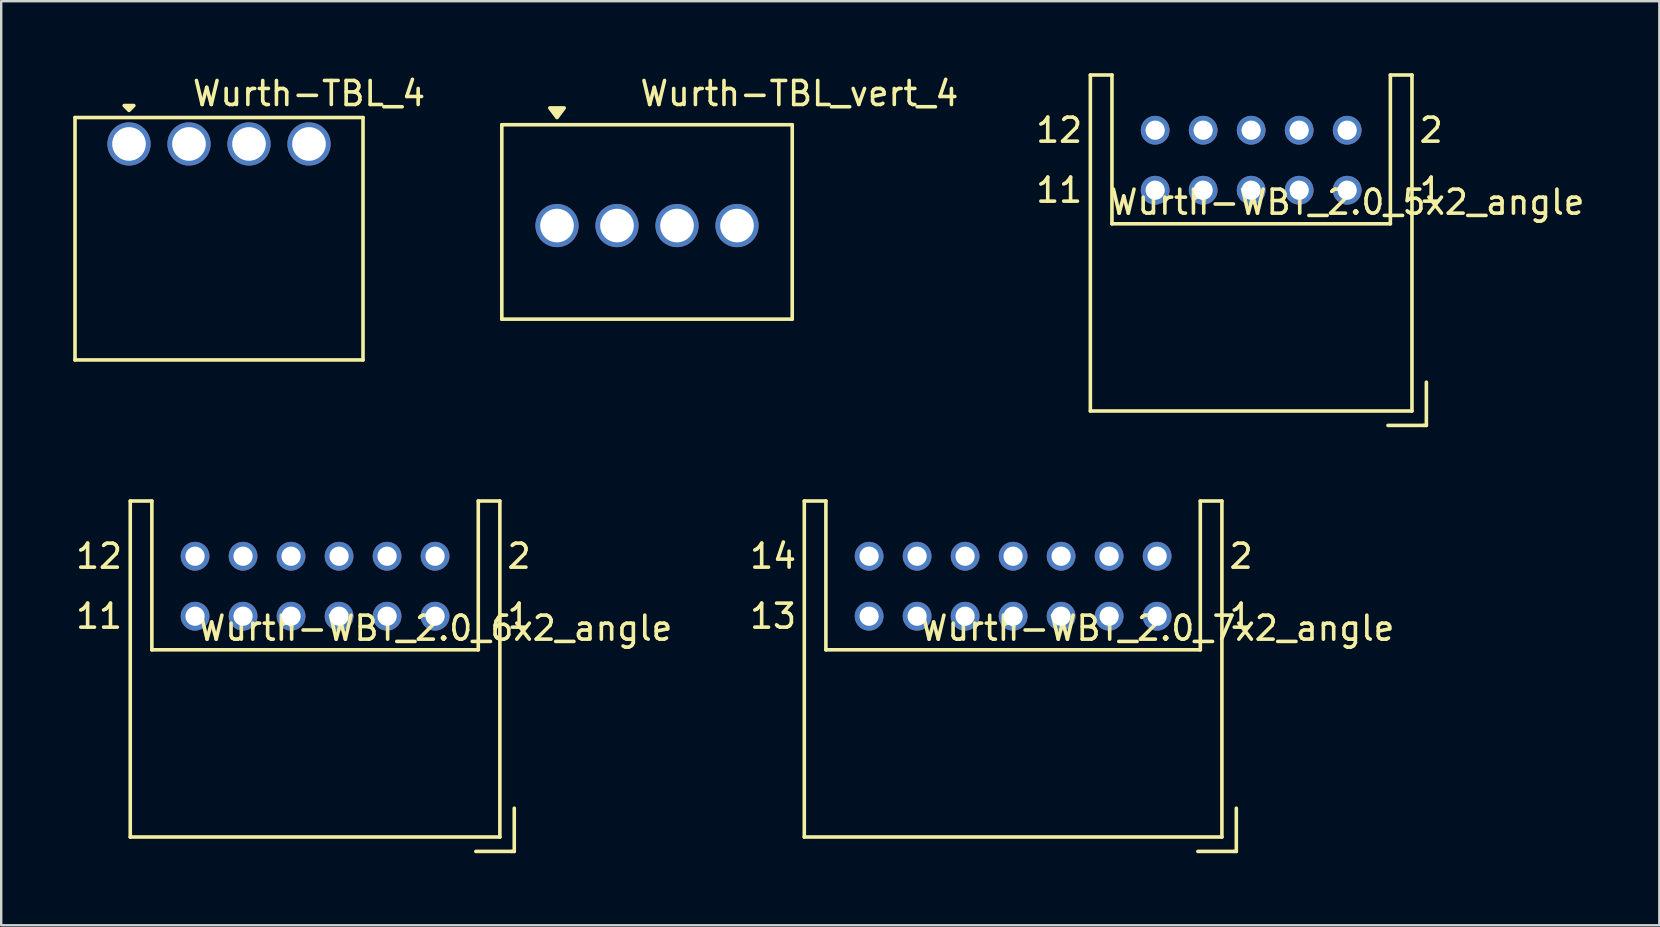
<source format=kicad_pcb>
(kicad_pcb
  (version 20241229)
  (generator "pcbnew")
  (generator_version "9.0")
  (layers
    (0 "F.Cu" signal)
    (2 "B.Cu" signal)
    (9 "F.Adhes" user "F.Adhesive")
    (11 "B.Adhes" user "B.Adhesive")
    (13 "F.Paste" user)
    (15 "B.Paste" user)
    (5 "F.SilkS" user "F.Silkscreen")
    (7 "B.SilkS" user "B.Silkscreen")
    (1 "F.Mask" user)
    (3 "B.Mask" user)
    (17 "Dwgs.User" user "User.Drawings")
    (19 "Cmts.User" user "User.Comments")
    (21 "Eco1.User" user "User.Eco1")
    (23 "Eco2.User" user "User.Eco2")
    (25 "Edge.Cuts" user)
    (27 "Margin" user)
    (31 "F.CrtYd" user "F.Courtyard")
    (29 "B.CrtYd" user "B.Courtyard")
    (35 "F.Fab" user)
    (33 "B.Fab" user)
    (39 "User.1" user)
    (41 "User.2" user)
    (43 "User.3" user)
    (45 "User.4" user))
  (footprint "Wurth-TBL_4"
    (layer "F.Cu")
    (at 2.325 2.948)
    (property "Reference" "Wurth-TBL_4" (at 7.5 -2.1 0) (layer "F.SilkS") (effects (font (size 1 1) (thickness 0.15))))
    (attr through_hole)
    (fp_line (start -2.25 -1.1) (end 9.75 -1.1) (stroke (width 0.15) (type solid)) (layer "F.SilkS"))
    (fp_line (start -2.25 9) (end -2.25 -1.1) (stroke (width 0.15) (type solid)) (layer "F.SilkS"))
    (fp_line (start 9.75 -1.1) (end 9.75 9) (stroke (width 0.15) (type solid)) (layer "F.SilkS"))
    (fp_line (start 9.75 9) (end -2.25 9) (stroke (width 0.15) (type solid)) (layer "F.SilkS"))
    (fp_poly (pts (xy 0 -1.4) (xy -0.2 -1.6) (xy 0.2 -1.6)) (stroke (width 0.15) (type solid)) (fill yes) (layer "F.SilkS"))
    (pad "1" thru_hole circle (at 0 0) (size 1.8 1.8) (drill 1.4) (layers "*.Cu" "*.Mask"))
    (pad "2" thru_hole circle (at 2.5 0) (size 1.8 1.8) (drill 1.4) (layers "*.Cu" "*.Mask"))
    (pad "3" thru_hole circle (at 5 0) (size 1.8 1.8) (drill 1.4) (layers "*.Cu" "*.Mask"))
    (pad "4" thru_hole circle (at 7.5 0) (size 1.8 1.8) (drill 1.4) (layers "*.Cu" "*.Mask")))
  (footprint "Wurth-WBT_2.0_5x2_angle"
    (layer "F.Cu")
    (at 53.08 4.875)
    (property "Reference" "Wurth-WBT_2.0_5x2_angle" (at 0 0.5 0) (layer "F.SilkS") (effects (font (size 1 1) (thickness 0.15))))
    (attr through_hole)
    (fp_line (start -10.7 -4.8) (end -9.8 -4.8) (stroke (width 0.15) (type solid)) (layer "F.SilkS"))
    (fp_line (start -10.7 9.2) (end -10.7 -4.8) (stroke (width 0.15) (type solid)) (layer "F.SilkS"))
    (fp_line (start -9.8 -4.8) (end -9.8 1.4) (stroke (width 0.15) (type solid)) (layer "F.SilkS"))
    (fp_line (start -9.8 1.4) (end 1.8 1.4) (stroke (width 0.15) (type solid)) (layer "F.SilkS"))
    (fp_line (start 1.7 9.8) (end 3.2 9.8) (stroke (width 0.15) (type solid)) (layer "F.SilkS"))
    (fp_line (start 1.8 -4.8) (end 2.7 -4.8) (stroke (width 0.15) (type solid)) (layer "F.SilkS"))
    (fp_line (start 1.8 1.4) (end 1.8 -4.8) (stroke (width 0.15) (type solid)) (layer "F.SilkS"))
    (fp_line (start 2.7 -4.8) (end 2.7 9.2) (stroke (width 0.15) (type solid)) (layer "F.SilkS"))
    (fp_line (start 2.7 9.2) (end -10.7 9.2) (stroke (width 0.15) (type solid)) (layer "F.SilkS"))
    (fp_line (start 3.2 9.8) (end 3.3 9.8) (stroke (width 0.15) (type solid)) (layer "F.SilkS"))
    (fp_line (start 3.3 9.8) (end 3.3 8) (stroke (width 0.15) (type solid)) (layer "F.SilkS"))
    (fp_text user "2" (at 3.5 -2.5 0) (layer "F.SilkS") (effects (font (size 1 1) (thickness 0.15))))
    (fp_text user "1" (at 3.5 0 0) (layer "F.SilkS") (effects (font (size 1 1) (thickness 0.15))))
    (fp_text user "12" (at -12 -2.5 0) (layer "F.SilkS") (effects (font (size 1 1) (thickness 0.15))))
    (fp_text user "11" (at -12 0 0) (layer "F.SilkS") (effects (font (size 1 1) (thickness 0.15))))
    (pad "1" thru_hole circle (at 0 0) (size 1.2 1.2) (drill 0.8) (layers "*.Cu" "*.Mask"))
    (pad "2" thru_hole circle (at 0 -2.5) (size 1.2 1.2) (drill 0.8) (layers "*.Cu" "*.Mask"))
    (pad "3" thru_hole circle (at -2 0) (size 1.2 1.2) (drill 0.8) (layers "*.Cu" "*.Mask"))
    (pad "4" thru_hole circle (at -2 -2.5) (size 1.2 1.2) (drill 0.8) (layers "*.Cu" "*.Mask"))
    (pad "5" thru_hole circle (at -4 0) (size 1.2 1.2) (drill 0.8) (layers "*.Cu" "*.Mask"))
    (pad "6" thru_hole circle (at -4 -2.5) (size 1.2 1.2) (drill 0.8) (layers "*.Cu" "*.Mask"))
    (pad "7" thru_hole circle (at -6 0) (size 1.2 1.2) (drill 0.8) (layers "*.Cu" "*.Mask"))
    (pad "8" thru_hole circle (at -6 -2.5) (size 1.2 1.2) (drill 0.8) (layers "*.Cu" "*.Mask"))
    (pad "9" thru_hole circle (at -8 0) (size 1.2 1.2) (drill 0.8) (layers "*.Cu" "*.Mask"))
    (pad "10" thru_hole circle (at -8 -2.5) (size 1.2 1.2) (drill 0.8) (layers "*.Cu" "*.Mask")))
  (footprint "Wurth-WBT_2.0_7x2_angle"
    (layer "F.Cu")
    (at 45.161 22.625)
    (property "Reference" "Wurth-WBT_2.0_7x2_angle" (at 0 0.5 0) (layer "F.SilkS") (effects (font (size 1 1) (thickness 0.15))))
    (attr through_hole)
    (fp_line (start -14.7 -4.8) (end -13.8 -4.8) (stroke (width 0.15) (type solid)) (layer "F.SilkS"))
    (fp_line (start -14.7 9.2) (end -14.7 -4.8) (stroke (width 0.15) (type solid)) (layer "F.SilkS"))
    (fp_line (start -13.8 -4.8) (end -13.8 1.4) (stroke (width 0.15) (type solid)) (layer "F.SilkS"))
    (fp_line (start -13.8 1.4) (end 1.8 1.4) (stroke (width 0.15) (type solid)) (layer "F.SilkS"))
    (fp_line (start 1.7 9.8) (end 3.2 9.8) (stroke (width 0.15) (type solid)) (layer "F.SilkS"))
    (fp_line (start 1.8 -4.8) (end 2.7 -4.8) (stroke (width 0.15) (type solid)) (layer "F.SilkS"))
    (fp_line (start 1.8 1.4) (end 1.8 -4.8) (stroke (width 0.15) (type solid)) (layer "F.SilkS"))
    (fp_line (start 2.7 -4.8) (end 2.7 9.2) (stroke (width 0.15) (type solid)) (layer "F.SilkS"))
    (fp_line (start 2.7 9.2) (end -14.7 9.2) (stroke (width 0.15) (type solid)) (layer "F.SilkS"))
    (fp_line (start 3.2 9.8) (end 3.3 9.8) (stroke (width 0.15) (type solid)) (layer "F.SilkS"))
    (fp_line (start 3.3 9.8) (end 3.3 8) (stroke (width 0.15) (type solid)) (layer "F.SilkS"))
    (fp_text user "13" (at -16 0 0) (layer "F.SilkS") (effects (font (size 1 1) (thickness 0.15))))
    (fp_text user "2" (at 3.5 -2.5 0) (layer "F.SilkS") (effects (font (size 1 1) (thickness 0.15))))
    (fp_text user "14" (at -16 -2.5 0) (layer "F.SilkS") (effects (font (size 1 1) (thickness 0.15))))
    (fp_text user "1" (at 3.5 0 0) (layer "F.SilkS") (effects (font (size 1 1) (thickness 0.15))))
    (pad "1" thru_hole circle (at 0 0) (size 1.2 1.2) (drill 0.8) (layers "*.Cu" "*.Mask"))
    (pad "2" thru_hole circle (at 0 -2.5) (size 1.2 1.2) (drill 0.8) (layers "*.Cu" "*.Mask"))
    (pad "3" thru_hole circle (at -2 0) (size 1.2 1.2) (drill 0.8) (layers "*.Cu" "*.Mask"))
    (pad "4" thru_hole circle (at -2 -2.5) (size 1.2 1.2) (drill 0.8) (layers "*.Cu" "*.Mask"))
    (pad "5" thru_hole circle (at -4 0) (size 1.2 1.2) (drill 0.8) (layers "*.Cu" "*.Mask"))
    (pad "6" thru_hole circle (at -4 -2.5) (size 1.2 1.2) (drill 0.8) (layers "*.Cu" "*.Mask"))
    (pad "7" thru_hole circle (at -6 0) (size 1.2 1.2) (drill 0.8) (layers "*.Cu" "*.Mask"))
    (pad "8" thru_hole circle (at -6 -2.5) (size 1.2 1.2) (drill 0.8) (layers "*.Cu" "*.Mask"))
    (pad "9" thru_hole circle (at -8 0) (size 1.2 1.2) (drill 0.8) (layers "*.Cu" "*.Mask"))
    (pad "10" thru_hole circle (at -8 -2.5) (size 1.2 1.2) (drill 0.8) (layers "*.Cu" "*.Mask"))
    (pad "11" thru_hole circle (at -10 0) (size 1.2 1.2) (drill 0.8) (layers "*.Cu" "*.Mask"))
    (pad "12" thru_hole circle (at -10 -2.5) (size 1.2 1.2) (drill 0.8) (layers "*.Cu" "*.Mask"))
    (pad "13" thru_hole circle (at -12 0) (size 1.2 1.2) (drill 0.8) (layers "*.Cu" "*.Mask"))
    (pad "14" thru_hole circle (at -12 -2.5) (size 1.2 1.2) (drill 0.8) (layers "*.Cu" "*.Mask")))
  (footprint "Wurth-TBL_vert_4"
    (layer "F.Cu")
    (at 20.158 2.148)
    (property "Reference" "Wurth-TBL_vert_4" (at 10.1 -1.3 0) (layer "F.SilkS") (effects (font (size 1 1) (thickness 0.15))))
    (attr through_hole)
    (fp_line (start -2.3 0) (end 9.8 0) (stroke (width 0.15) (type solid)) (layer "F.SilkS"))
    (fp_line (start -2.3 8.1) (end -2.3 0) (stroke (width 0.15) (type solid)) (layer "F.SilkS"))
    (fp_line (start 9.8 0) (end 9.8 8.1) (stroke (width 0.15) (type solid)) (layer "F.SilkS"))
    (fp_line (start 9.8 8.1) (end -2.3 8.1) (stroke (width 0.15) (type solid)) (layer "F.SilkS"))
    (fp_poly (pts (xy 0 -0.3) (xy -0.3 -0.7) (xy 0.3 -0.7)) (stroke (width 0.15) (type solid)) (fill yes) (layer "F.SilkS"))
    (pad "1" thru_hole circle (at 0 4.2) (size 1.8 1.8) (drill 1.4) (layers "*.Cu" "*.Mask"))
    (pad "2" thru_hole circle (at 2.5 4.2) (size 1.8 1.8) (drill 1.4) (layers "*.Cu" "*.Mask"))
    (pad "3" thru_hole circle (at 5 4.2) (size 1.8 1.8) (drill 1.4) (layers "*.Cu" "*.Mask"))
    (pad "4" thru_hole circle (at 7.5 4.2) (size 1.8 1.8) (drill 1.4) (layers "*.Cu" "*.Mask")))
  (footprint "Wurth-WBT_2.0_6x2_angle"
    (layer "F.Cu")
    (at 15.077 22.625)
    (property "Reference" "Wurth-WBT_2.0_6x2_angle" (at 0 0.5 0) (layer "F.SilkS") (effects (font (size 1 1) (thickness 0.15))))
    (attr through_hole)
    (fp_line (start -12.7 -4.8) (end -11.8 -4.8) (stroke (width 0.15) (type solid)) (layer "F.SilkS"))
    (fp_line (start -12.7 9.2) (end -12.7 -4.8) (stroke (width 0.15) (type solid)) (layer "F.SilkS"))
    (fp_line (start -11.8 -4.8) (end -11.8 1.4) (stroke (width 0.15) (type solid)) (layer "F.SilkS"))
    (fp_line (start -11.8 1.4) (end 1.8 1.4) (stroke (width 0.15) (type solid)) (layer "F.SilkS"))
    (fp_line (start 1.7 9.8) (end 3.2 9.8) (stroke (width 0.15) (type solid)) (layer "F.SilkS"))
    (fp_line (start 1.8 -4.8) (end 2.7 -4.8) (stroke (width 0.15) (type solid)) (layer "F.SilkS"))
    (fp_line (start 1.8 1.4) (end 1.8 -4.8) (stroke (width 0.15) (type solid)) (layer "F.SilkS"))
    (fp_line (start 2.7 -4.8) (end 2.7 9.2) (stroke (width 0.15) (type solid)) (layer "F.SilkS"))
    (fp_line (start 2.7 9.2) (end -12.7 9.2) (stroke (width 0.15) (type solid)) (layer "F.SilkS"))
    (fp_line (start 3.2 9.8) (end 3.3 9.8) (stroke (width 0.15) (type solid)) (layer "F.SilkS"))
    (fp_line (start 3.3 9.8) (end 3.3 8) (stroke (width 0.15) (type solid)) (layer "F.SilkS"))
    (fp_text user "1" (at 3.5 0 0) (layer "F.SilkS") (effects (font (size 1 1) (thickness 0.15))))
    (fp_text user "2" (at 3.5 -2.5 0) (layer "F.SilkS") (effects (font (size 1 1) (thickness 0.15))))
    (fp_text user "12" (at -14 -2.5 0) (layer "F.SilkS") (effects (font (size 1 1) (thickness 0.15))))
    (fp_text user "11" (at -14 0 0) (layer "F.SilkS") (effects (font (size 1 1) (thickness 0.15))))
    (pad "1" thru_hole circle (at 0 0) (size 1.2 1.2) (drill 0.8) (layers "*.Cu" "*.Mask"))
    (pad "2" thru_hole circle (at 0 -2.5) (size 1.2 1.2) (drill 0.8) (layers "*.Cu" "*.Mask"))
    (pad "3" thru_hole circle (at -2 0) (size 1.2 1.2) (drill 0.8) (layers "*.Cu" "*.Mask"))
    (pad "4" thru_hole circle (at -2 -2.5) (size 1.2 1.2) (drill 0.8) (layers "*.Cu" "*.Mask"))
    (pad "5" thru_hole circle (at -4 0) (size 1.2 1.2) (drill 0.8) (layers "*.Cu" "*.Mask"))
    (pad "6" thru_hole circle (at -4 -2.5) (size 1.2 1.2) (drill 0.8) (layers "*.Cu" "*.Mask"))
    (pad "7" thru_hole circle (at -6 0) (size 1.2 1.2) (drill 0.8) (layers "*.Cu" "*.Mask"))
    (pad "8" thru_hole circle (at -6 -2.5) (size 1.2 1.2) (drill 0.8) (layers "*.Cu" "*.Mask"))
    (pad "9" thru_hole circle (at -8 0) (size 1.2 1.2) (drill 0.8) (layers "*.Cu" "*.Mask"))
    (pad "10" thru_hole circle (at -8 -2.5) (size 1.2 1.2) (drill 0.8) (layers "*.Cu" "*.Mask"))
    (pad "11" thru_hole circle (at -10 0) (size 1.2 1.2) (drill 0.8) (layers "*.Cu" "*.Mask"))
    (pad "12" thru_hole circle (at -10 -2.5) (size 1.2 1.2) (drill 0.8) (layers "*.Cu" "*.Mask")))
  (gr_rect
    (start -3 -3)
    (end 66.086 35.5)
    (stroke (width 0.1) (type default))
    (fill no)
    (layer "Edge.Cuts")))
</source>
